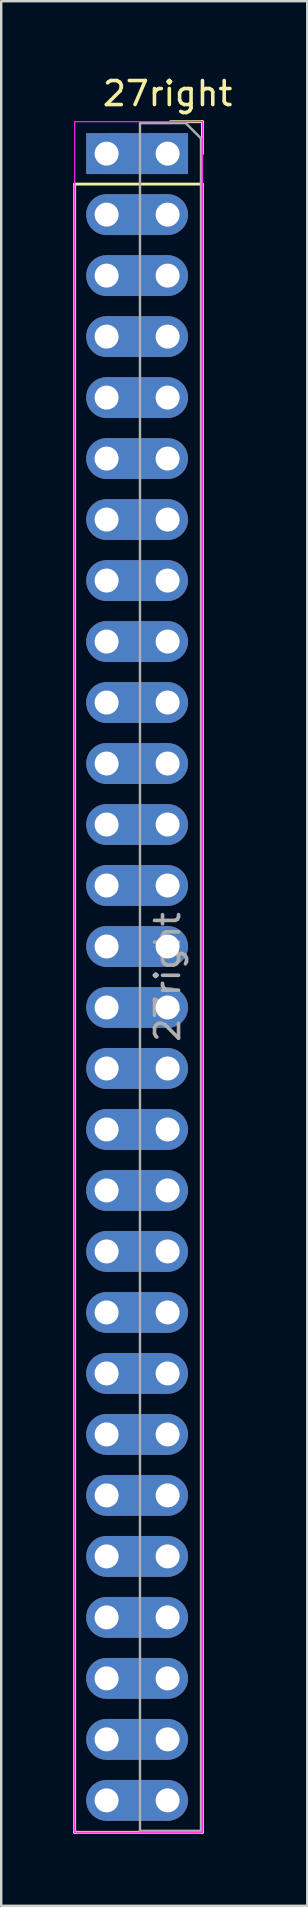
<source format=kicad_pcb>
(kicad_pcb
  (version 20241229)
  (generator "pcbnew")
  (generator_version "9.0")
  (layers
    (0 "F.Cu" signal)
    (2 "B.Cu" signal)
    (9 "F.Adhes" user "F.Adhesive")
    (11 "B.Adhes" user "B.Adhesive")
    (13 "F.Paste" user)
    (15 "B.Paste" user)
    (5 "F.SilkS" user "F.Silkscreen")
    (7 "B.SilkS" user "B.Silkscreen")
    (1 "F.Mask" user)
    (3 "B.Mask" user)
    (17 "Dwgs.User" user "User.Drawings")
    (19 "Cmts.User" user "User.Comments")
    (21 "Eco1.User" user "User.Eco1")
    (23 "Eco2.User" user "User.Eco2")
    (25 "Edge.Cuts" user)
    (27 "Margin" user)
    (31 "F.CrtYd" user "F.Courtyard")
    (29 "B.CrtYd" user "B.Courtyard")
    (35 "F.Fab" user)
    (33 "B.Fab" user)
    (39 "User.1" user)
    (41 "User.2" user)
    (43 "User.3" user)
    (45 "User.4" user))
  (footprint "27right"
    (layer "F.Cu")
    (at 3.93 3.348)
    (property "Reference" "27right" (at 0 -2.5 0) (layer "F.SilkS") (effects (font (size 1 1) (thickness 0.15))))
    (attr through_hole)
    (fp_line (start -3.87 1.27) (end -3.87 69.91) (stroke (width 0.12) (type solid)) (layer "F.SilkS"))
    (fp_line (start -3.87 1.27) (end 1.45 1.27) (stroke (width 0.12) (type solid)) (layer "F.SilkS"))
    (fp_line (start -3.87 69.91) (end 1.45 69.91) (stroke (width 0.12) (type solid)) (layer "F.SilkS"))
    (fp_line (start 0.12 -1.33) (end 1.45 -1.33) (stroke (width 0.12) (type solid)) (layer "F.SilkS"))
    (fp_line (start 1.45 0) (end 1.45 -1.33) (stroke (width 0.12) (type solid)) (layer "F.SilkS"))
    (fp_line (start 1.45 1.27) (end 1.45 69.91) (stroke (width 0.12) (type solid)) (layer "F.SilkS"))
    (fp_line (start -3.87 -1.33) (end -3.87 69.91) (stroke (width 0.05) (type solid)) (layer "F.CrtYd"))
    (fp_line (start -3.87 69.91) (end 1.45 69.91) (stroke (width 0.05) (type default)) (layer "F.CrtYd"))
    (fp_line (start 1.45 -1.33) (end -3.87 -1.33) (stroke (width 0.05) (type default)) (layer "F.CrtYd"))
    (fp_line (start 1.45 -1.33) (end 1.45 69.91) (stroke (width 0.05) (type solid)) (layer "F.CrtYd"))
    (fp_line (start -1.15 -1.27) (end -1.15 69.85) (stroke (width 0.1) (type solid)) (layer "F.Fab"))
    (fp_line (start -1.15 69.85) (end 1.39 69.85) (stroke (width 0.1) (type solid)) (layer "F.Fab"))
    (fp_line (start 0.755 -1.27) (end -1.15 -1.27) (stroke (width 0.1) (type solid)) (layer "F.Fab"))
    (fp_line (start 1.39 -0.635) (end 0.755 -1.27) (stroke (width 0.1) (type solid)) (layer "F.Fab"))
    (fp_line (start 1.39 69.85) (end 1.39 -0.635) (stroke (width 0.1) (type solid)) (layer "F.Fab"))
    (fp_text user "${REFERENCE}" (at 0 34.29 90) (layer "F.Fab") (effects (font (size 1 1) (thickness 0.15))))
    (pad "1" thru_hole rect (at -2.54 0) (size 1.7 1.7) (drill 1) (layers "*.Cu" "*.Mask"))
    (pad "1" smd rect (at -1.27 0) (size 2.54 1.7) (layers "F.Cu" "F.Mask" "F.Paste"))
    (pad "1" smd rect (at -1.27 0) (size 2.54 1.7) (layers "B.Cu" "B.Mask" "B.Paste"))
    (pad "1" thru_hole rect (at 0 0) (size 1.7 1.7) (drill 1) (layers "*.Cu" "*.Mask"))
    (pad "2" thru_hole oval (at -2.54 2.54) (size 1.7 1.7) (drill 1) (layers "*.Cu" "*.Mask"))
    (pad "2" smd rect (at -1.27 2.54) (size 2.54 1.7) (layers "F.Cu" "F.Mask" "F.Paste"))
    (pad "2" smd rect (at -1.27 2.54) (size 2.54 1.7) (layers "B.Cu" "B.Mask" "B.Paste"))
    (pad "2" thru_hole oval (at 0 2.54) (size 1.7 1.7) (drill 1) (layers "*.Cu" "*.Mask"))
    (pad "3" thru_hole oval (at -2.54 5.08) (size 1.7 1.7) (drill 1) (layers "*.Cu" "*.Mask"))
    (pad "3" smd rect (at -1.27 5.08) (size 2.54 1.7) (layers "F.Cu" "F.Mask" "F.Paste"))
    (pad "3" smd rect (at -1.27 5.08) (size 2.54 1.7) (layers "B.Cu" "B.Mask" "B.Paste"))
    (pad "3" thru_hole oval (at 0 5.08) (size 1.7 1.7) (drill 1) (layers "*.Cu" "*.Mask"))
    (pad "4" thru_hole oval (at -2.54 7.62) (size 1.7 1.7) (drill 1) (layers "*.Cu" "*.Mask"))
    (pad "4" smd rect (at -1.27 7.62) (size 2.54 1.7) (layers "F.Cu" "F.Mask" "F.Paste"))
    (pad "4" smd rect (at -1.27 7.62) (size 2.54 1.7) (layers "B.Cu" "B.Mask" "B.Paste"))
    (pad "4" thru_hole oval (at 0 7.62) (size 1.7 1.7) (drill 1) (layers "*.Cu" "*.Mask"))
    (pad "5" thru_hole oval (at -2.54 10.16) (size 1.7 1.7) (drill 1) (layers "*.Cu" "*.Mask"))
    (pad "5" smd rect (at -1.27 10.16) (size 2.54 1.7) (layers "F.Cu" "F.Mask" "F.Paste"))
    (pad "5" smd rect (at -1.27 10.16) (size 2.54 1.7) (layers "B.Cu" "B.Mask" "B.Paste"))
    (pad "5" thru_hole oval (at 0 10.16) (size 1.7 1.7) (drill 1) (layers "*.Cu" "*.Mask"))
    (pad "6" thru_hole oval (at -2.54 12.7) (size 1.7 1.7) (drill 1) (layers "*.Cu" "*.Mask"))
    (pad "6" smd rect (at -1.27 12.7) (size 2.54 1.7) (layers "F.Cu" "F.Mask" "F.Paste"))
    (pad "6" smd rect (at -1.27 12.7) (size 2.54 1.7) (layers "B.Cu" "B.Mask" "B.Paste"))
    (pad "6" thru_hole oval (at 0 12.7) (size 1.7 1.7) (drill 1) (layers "*.Cu" "*.Mask"))
    (pad "7" thru_hole oval (at -2.54 15.24) (size 1.7 1.7) (drill 1) (layers "*.Cu" "*.Mask"))
    (pad "7" smd rect (at -1.27 15.24) (size 2.54 1.7) (layers "F.Cu" "F.Mask" "F.Paste"))
    (pad "7" smd rect (at -1.27 15.24) (size 2.54 1.7) (layers "B.Cu" "B.Mask" "B.Paste"))
    (pad "7" thru_hole oval (at 0 15.24) (size 1.7 1.7) (drill 1) (layers "*.Cu" "*.Mask"))
    (pad "8" thru_hole oval (at -2.54 17.78) (size 1.7 1.7) (drill 1) (layers "*.Cu" "*.Mask"))
    (pad "8" smd rect (at -1.27 17.78) (size 2.54 1.7) (layers "F.Cu" "F.Mask" "F.Paste"))
    (pad "8" smd rect (at -1.27 17.78) (size 2.54 1.7) (layers "B.Cu" "B.Mask" "B.Paste"))
    (pad "8" thru_hole oval (at 0 17.78) (size 1.7 1.7) (drill 1) (layers "*.Cu" "*.Mask"))
    (pad "9" thru_hole oval (at -2.54 20.32) (size 1.7 1.7) (drill 1) (layers "*.Cu" "*.Mask"))
    (pad "9" smd rect (at -1.27 20.32) (size 2.54 1.7) (layers "F.Cu" "F.Mask" "F.Paste"))
    (pad "9" smd rect (at -1.27 20.32) (size 2.54 1.7) (layers "B.Cu" "B.Mask" "B.Paste"))
    (pad "9" thru_hole oval (at 0 20.32) (size 1.7 1.7) (drill 1) (layers "*.Cu" "*.Mask"))
    (pad "10" thru_hole oval (at -2.54 22.86) (size 1.7 1.7) (drill 1) (layers "*.Cu" "*.Mask"))
    (pad "10" smd rect (at -1.27 22.86) (size 2.54 1.7) (layers "F.Cu" "F.Mask" "F.Paste"))
    (pad "10" smd rect (at -1.27 22.86) (size 2.54 1.7) (layers "B.Cu" "B.Mask" "B.Paste"))
    (pad "10" thru_hole oval (at 0 22.86) (size 1.7 1.7) (drill 1) (layers "*.Cu" "*.Mask"))
    (pad "11" thru_hole oval (at -2.54 25.4) (size 1.7 1.7) (drill 1) (layers "*.Cu" "*.Mask"))
    (pad "11" smd rect (at -1.27 25.4) (size 2.54 1.7) (layers "F.Cu" "F.Mask" "F.Paste"))
    (pad "11" smd rect (at -1.27 25.4) (size 2.54 1.7) (layers "B.Cu" "B.Mask" "B.Paste"))
    (pad "11" thru_hole oval (at 0 25.4) (size 1.7 1.7) (drill 1) (layers "*.Cu" "*.Mask"))
    (pad "12" thru_hole oval (at -2.54 27.94) (size 1.7 1.7) (drill 1) (layers "*.Cu" "*.Mask"))
    (pad "12" smd rect (at -1.27 27.94) (size 2.54 1.7) (layers "F.Cu" "F.Mask" "F.Paste"))
    (pad "12" smd rect (at -1.27 27.94) (size 2.54 1.7) (layers "B.Cu" "B.Mask" "B.Paste"))
    (pad "12" thru_hole oval (at 0 27.94) (size 1.7 1.7) (drill 1) (layers "*.Cu" "*.Mask"))
    (pad "13" thru_hole oval (at -2.54 30.48) (size 1.7 1.7) (drill 1) (layers "*.Cu" "*.Mask"))
    (pad "13" smd rect (at -1.27 30.48) (size 2.54 1.7) (layers "F.Cu" "F.Mask" "F.Paste"))
    (pad "13" smd rect (at -1.27 30.48) (size 2.54 1.7) (layers "B.Cu" "B.Mask" "B.Paste"))
    (pad "13" thru_hole oval (at 0 30.48) (size 1.7 1.7) (drill 1) (layers "*.Cu" "*.Mask"))
    (pad "14" thru_hole oval (at -2.54 33.02) (size 1.7 1.7) (drill 1) (layers "*.Cu" "*.Mask"))
    (pad "14" smd rect (at -1.27 33.02) (size 2.54 1.7) (layers "F.Cu" "F.Mask" "F.Paste"))
    (pad "14" smd rect (at -1.27 33.02) (size 2.54 1.7) (layers "B.Cu" "B.Mask" "B.Paste"))
    (pad "14" thru_hole oval (at 0 33.02) (size 1.7 1.7) (drill 1) (layers "*.Cu" "*.Mask"))
    (pad "15" thru_hole oval (at -2.54 35.56) (size 1.7 1.7) (drill 1) (layers "*.Cu" "*.Mask"))
    (pad "15" smd rect (at -1.27 35.56) (size 2.54 1.7) (layers "F.Cu" "F.Mask" "F.Paste"))
    (pad "15" smd rect (at -1.27 35.56) (size 2.54 1.7) (layers "B.Cu" "B.Mask" "B.Paste"))
    (pad "15" thru_hole oval (at 0 35.56) (size 1.7 1.7) (drill 1) (layers "*.Cu" "*.Mask"))
    (pad "16" thru_hole oval (at -2.54 38.1) (size 1.7 1.7) (drill 1) (layers "*.Cu" "*.Mask"))
    (pad "16" smd rect (at -1.27 38.1) (size 2.54 1.7) (layers "F.Cu" "F.Mask" "F.Paste"))
    (pad "16" smd rect (at -1.27 38.1) (size 2.54 1.7) (layers "B.Cu" "B.Mask" "B.Paste"))
    (pad "16" thru_hole oval (at 0 38.1) (size 1.7 1.7) (drill 1) (layers "*.Cu" "*.Mask"))
    (pad "17" thru_hole oval (at -2.54 40.64) (size 1.7 1.7) (drill 1) (layers "*.Cu" "*.Mask"))
    (pad "17" smd rect (at -1.27 40.64) (size 2.54 1.7) (layers "F.Cu" "F.Mask" "F.Paste"))
    (pad "17" smd rect (at -1.27 40.64) (size 2.54 1.7) (layers "B.Cu" "B.Mask" "B.Paste"))
    (pad "17" thru_hole oval (at 0 40.64) (size 1.7 1.7) (drill 1) (layers "*.Cu" "*.Mask"))
    (pad "18" thru_hole oval (at -2.54 43.18) (size 1.7 1.7) (drill 1) (layers "*.Cu" "*.Mask"))
    (pad "18" smd rect (at -1.27 43.18) (size 2.54 1.7) (layers "F.Cu" "F.Mask" "F.Paste"))
    (pad "18" smd rect (at -1.27 43.18) (size 2.54 1.7) (layers "B.Cu" "B.Mask" "B.Paste"))
    (pad "18" thru_hole oval (at 0 43.18) (size 1.7 1.7) (drill 1) (layers "*.Cu" "*.Mask"))
    (pad "19" thru_hole oval (at -2.54 45.72) (size 1.7 1.7) (drill 1) (layers "*.Cu" "*.Mask"))
    (pad "19" smd rect (at -1.27 45.72) (size 2.54 1.7) (layers "F.Cu" "F.Mask" "F.Paste"))
    (pad "19" smd rect (at -1.27 45.72) (size 2.54 1.7) (layers "B.Cu" "B.Mask" "B.Paste"))
    (pad "19" thru_hole oval (at 0 45.72) (size 1.7 1.7) (drill 1) (layers "*.Cu" "*.Mask"))
    (pad "20" thru_hole oval (at -2.54 48.26) (size 1.7 1.7) (drill 1) (layers "*.Cu" "*.Mask"))
    (pad "20" smd rect (at -1.27 48.26) (size 2.54 1.7) (layers "F.Cu" "F.Mask" "F.Paste"))
    (pad "20" smd rect (at -1.27 48.26) (size 2.54 1.7) (layers "B.Cu" "B.Mask" "B.Paste"))
    (pad "20" thru_hole oval (at 0 48.26) (size 1.7 1.7) (drill 1) (layers "*.Cu" "*.Mask"))
    (pad "21" thru_hole oval (at -2.54 50.8) (size 1.7 1.7) (drill 1) (layers "*.Cu" "*.Mask"))
    (pad "21" smd rect (at -1.27 50.8) (size 2.54 1.7) (layers "F.Cu" "F.Mask" "F.Paste"))
    (pad "21" smd rect (at -1.27 50.8) (size 2.54 1.7) (layers "B.Cu" "B.Mask" "B.Paste"))
    (pad "21" thru_hole oval (at 0 50.8) (size 1.7 1.7) (drill 1) (layers "*.Cu" "*.Mask"))
    (pad "22" thru_hole oval (at -2.54 53.34) (size 1.7 1.7) (drill 1) (layers "*.Cu" "*.Mask"))
    (pad "22" smd rect (at -1.27 53.34) (size 2.54 1.7) (layers "F.Cu" "F.Mask" "F.Paste"))
    (pad "22" smd rect (at -1.27 53.34) (size 2.54 1.7) (layers "B.Cu" "B.Mask" "B.Paste"))
    (pad "22" thru_hole oval (at 0 53.34) (size 1.7 1.7) (drill 1) (layers "*.Cu" "*.Mask"))
    (pad "23" thru_hole oval (at -2.54 55.88) (size 1.7 1.7) (drill 1) (layers "*.Cu" "*.Mask"))
    (pad "23" smd rect (at -1.27 55.88) (size 2.54 1.7) (layers "F.Cu" "F.Mask" "F.Paste"))
    (pad "23" smd rect (at -1.27 55.88) (size 2.54 1.7) (layers "B.Cu" "B.Mask" "B.Paste"))
    (pad "23" thru_hole oval (at 0 55.88) (size 1.7 1.7) (drill 1) (layers "*.Cu" "*.Mask"))
    (pad "24" thru_hole oval (at -2.54 58.42) (size 1.7 1.7) (drill 1) (layers "*.Cu" "*.Mask"))
    (pad "24" smd rect (at -1.27 58.42) (size 2.54 1.7) (layers "F.Cu" "F.Mask" "F.Paste"))
    (pad "24" smd rect (at -1.27 58.42) (size 2.54 1.7) (layers "B.Cu" "B.Mask" "B.Paste"))
    (pad "24" thru_hole oval (at 0 58.42) (size 1.7 1.7) (drill 1) (layers "*.Cu" "*.Mask"))
    (pad "25" thru_hole oval (at -2.54 60.96) (size 1.7 1.7) (drill 1) (layers "*.Cu" "*.Mask"))
    (pad "25" smd rect (at -1.27 60.96) (size 2.54 1.7) (layers "F.Cu" "F.Mask" "F.Paste"))
    (pad "25" smd rect (at -1.27 60.96) (size 2.54 1.7) (layers "B.Cu" "B.Mask" "B.Paste"))
    (pad "25" thru_hole oval (at 0 60.96) (size 1.7 1.7) (drill 1) (layers "*.Cu" "*.Mask"))
    (pad "26" thru_hole oval (at -2.54 63.5) (size 1.7 1.7) (drill 1) (layers "*.Cu" "*.Mask"))
    (pad "26" smd rect (at -1.27 63.5) (size 2.54 1.7) (layers "F.Cu" "F.Mask" "F.Paste"))
    (pad "26" smd rect (at -1.27 63.5) (size 2.54 1.7) (layers "B.Cu" "B.Mask" "B.Paste"))
    (pad "26" thru_hole oval (at 0 63.5) (size 1.7 1.7) (drill 1) (layers "*.Cu" "*.Mask"))
    (pad "27" thru_hole oval (at -2.54 66.04) (size 1.7 1.7) (drill 1) (layers "*.Cu" "*.Mask"))
    (pad "27" smd rect (at -1.27 66.04) (size 2.54 1.7) (layers "F.Cu" "F.Mask" "F.Paste"))
    (pad "27" smd rect (at -1.27 66.04) (size 2.54 1.7) (layers "B.Cu" "B.Mask" "B.Paste"))
    (pad "27" thru_hole oval (at 0 66.04) (size 1.7 1.7) (drill 1) (layers "*.Cu" "*.Mask"))
    (pad "28" thru_hole oval (at -2.54 68.58) (size 1.7 1.7) (drill 1) (layers "*.Cu" "*.Mask"))
    (pad "28" smd rect (at -1.27 68.58) (size 2.54 1.7) (layers "F.Cu" "F.Mask" "F.Paste"))
    (pad "28" smd rect (at -1.27 68.58) (size 2.54 1.7) (layers "B.Cu" "B.Mask" "B.Paste"))
    (pad "28" thru_hole oval (at 0 68.58) (size 1.7 1.7) (drill 1) (layers "*.Cu" "*.Mask")))
  (gr_rect
    (start -3 -3)
    (end 9.745 76.318)
    (stroke (width 0.1) (type default))
    (fill no)
    (layer "Edge.Cuts")))
</source>
